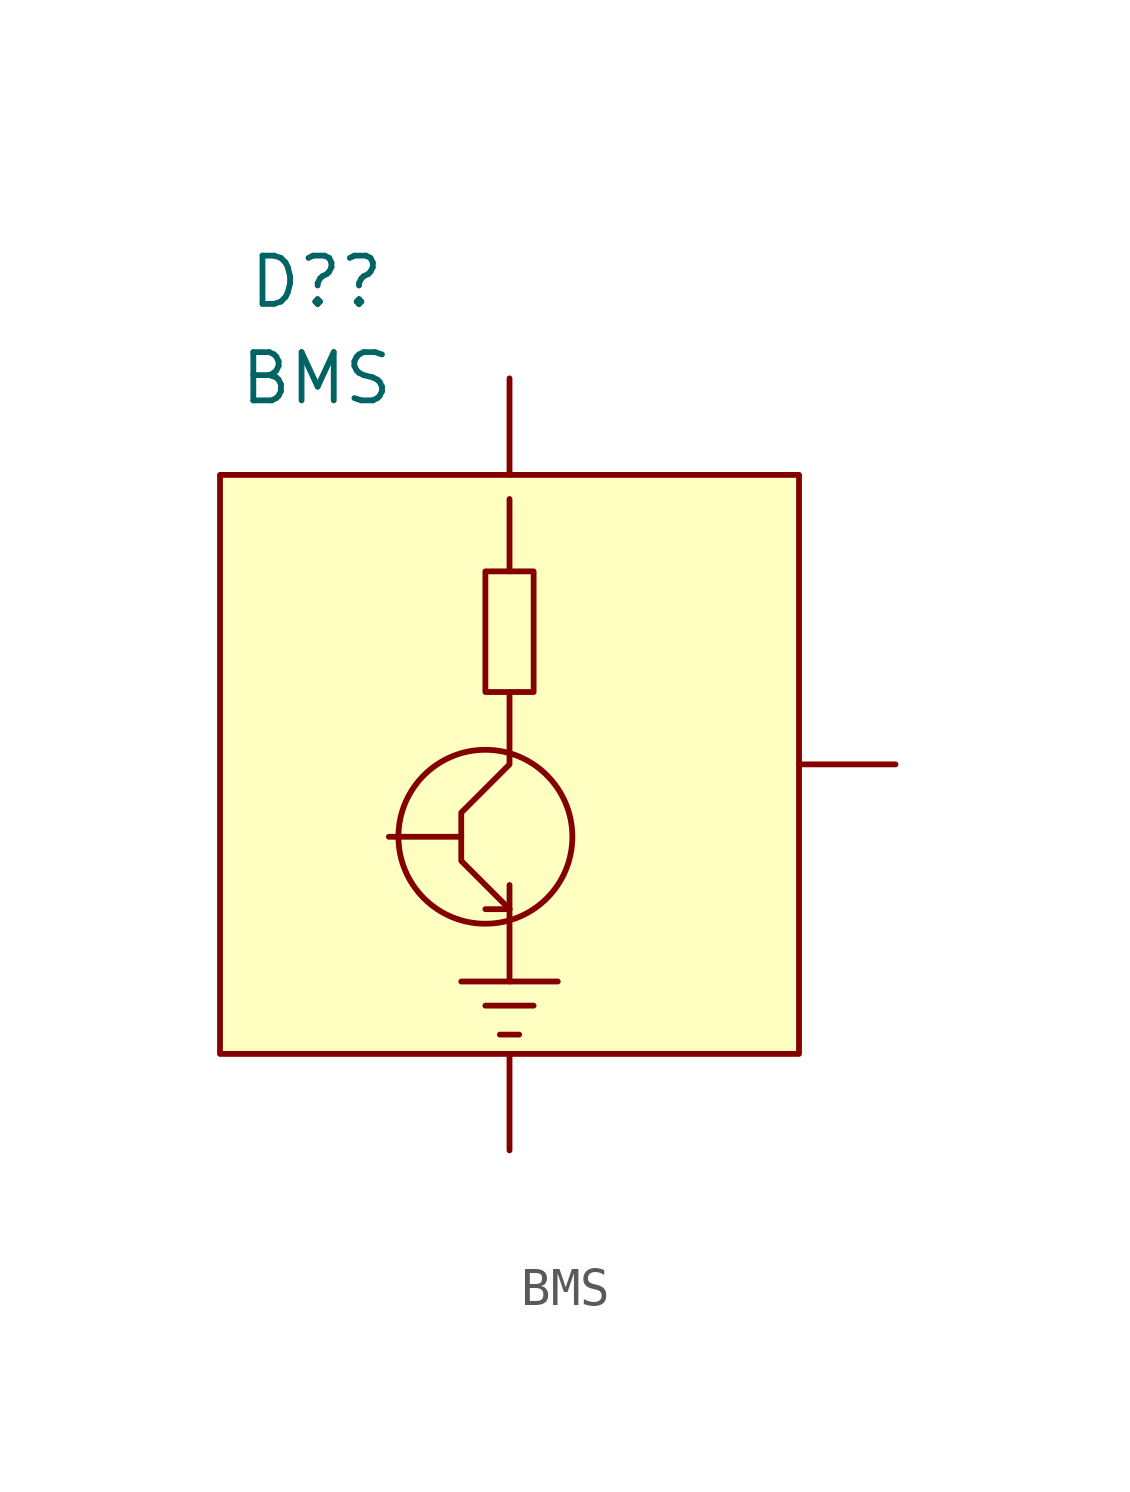
<source format=kicad_sym>
(kicad_symbol_lib
  (version 20211014)
  (generator kicad_symbol_editor)
  (symbol "BMS"
    (property "Reference" "D?"
      (at -5.08 12.7 0)
      (effects (font (size 1.27 1.27))))
    (property "Value" "BMS"
      (at -5.08 10.16 0)
      (effects (font (size 1.27 1.27))))
    (symbol "BMS_0_1"
      (rectangle (start -7.62 7.62) (end 7.62 -7.62) (stroke (width 0) (type default) (color 0 0 0 0)) (fill (type background)))
      (circle (center -0.635 -1.905) (radius 2.289) (stroke (width 0) (type default) (color 0 0 0 0)) (fill (type none)))
      (rectangle (start -0.635 5.08) (end 0.635 1.905) (stroke (width 0) (type default) (color 0 0 0 0)) (fill (type none)))
      (polyline (pts (xy -1.27 -5.715) (xy 1.27 -5.715)) (stroke (width 0) (type default) (color 0 0 0 0)) (fill (type none)))
      (polyline (pts (xy -1.27 -1.905) (xy -3.175 -1.905)) (stroke (width 0) (type default) (color 0 0 0 0)) (fill (type none)))
      (polyline (pts (xy -0.635 -6.35) (xy 0.635 -6.35)) (stroke (width 0) (type default) (color 0 0 0 0)) (fill (type none)))
      (polyline (pts (xy -0.254 -7.112) (xy 0.254 -7.112)) (stroke (width 0) (type default) (color 0 0 0 0)) (fill (type none)))
      (polyline (pts (xy 0 -3.81) (xy -0.635 -3.81)) (stroke (width 0) (type default) (color 0 0 0 0)) (fill (type none)))
      (polyline (pts (xy 0 -3.81) (xy 0 -3.175)) (stroke (width 0) (type default) (color 0 0 0 0)) (fill (type none)))
      (polyline (pts (xy 0 5.08) (xy 0 6.985)) (stroke (width 0) (type default) (color 0 0 0 0)) (fill (type none)))
      (polyline (pts (xy 0 1.905) (xy 0 0) (xy -1.27 -1.27) (xy -1.27 -2.54) (xy 0 -3.81) (xy 0 -5.715)) (stroke (width 0) (type default) (color 0 0 0 0)) (fill (type none))))
    (symbol "BMS_1_1"
      (pin input line (at 0 -10.16 90) (length 2.54) (name "" (effects (font (size 1.27 1.27)))) (number "" (effects (font (size 1.27 1.27)))))
      (pin input line (at 0 10.16 270) (length 2.54) (name "" (effects (font (size 1.27 1.27)))) (number "" (effects (font (size 1.27 1.27)))))
      (pin input line (at 10.16 0 180) (length 2.54) (name "" (effects (font (size 1.27 1.27)))) (number "" (effects (font (size 1.27 1.27))))))))
</source>
